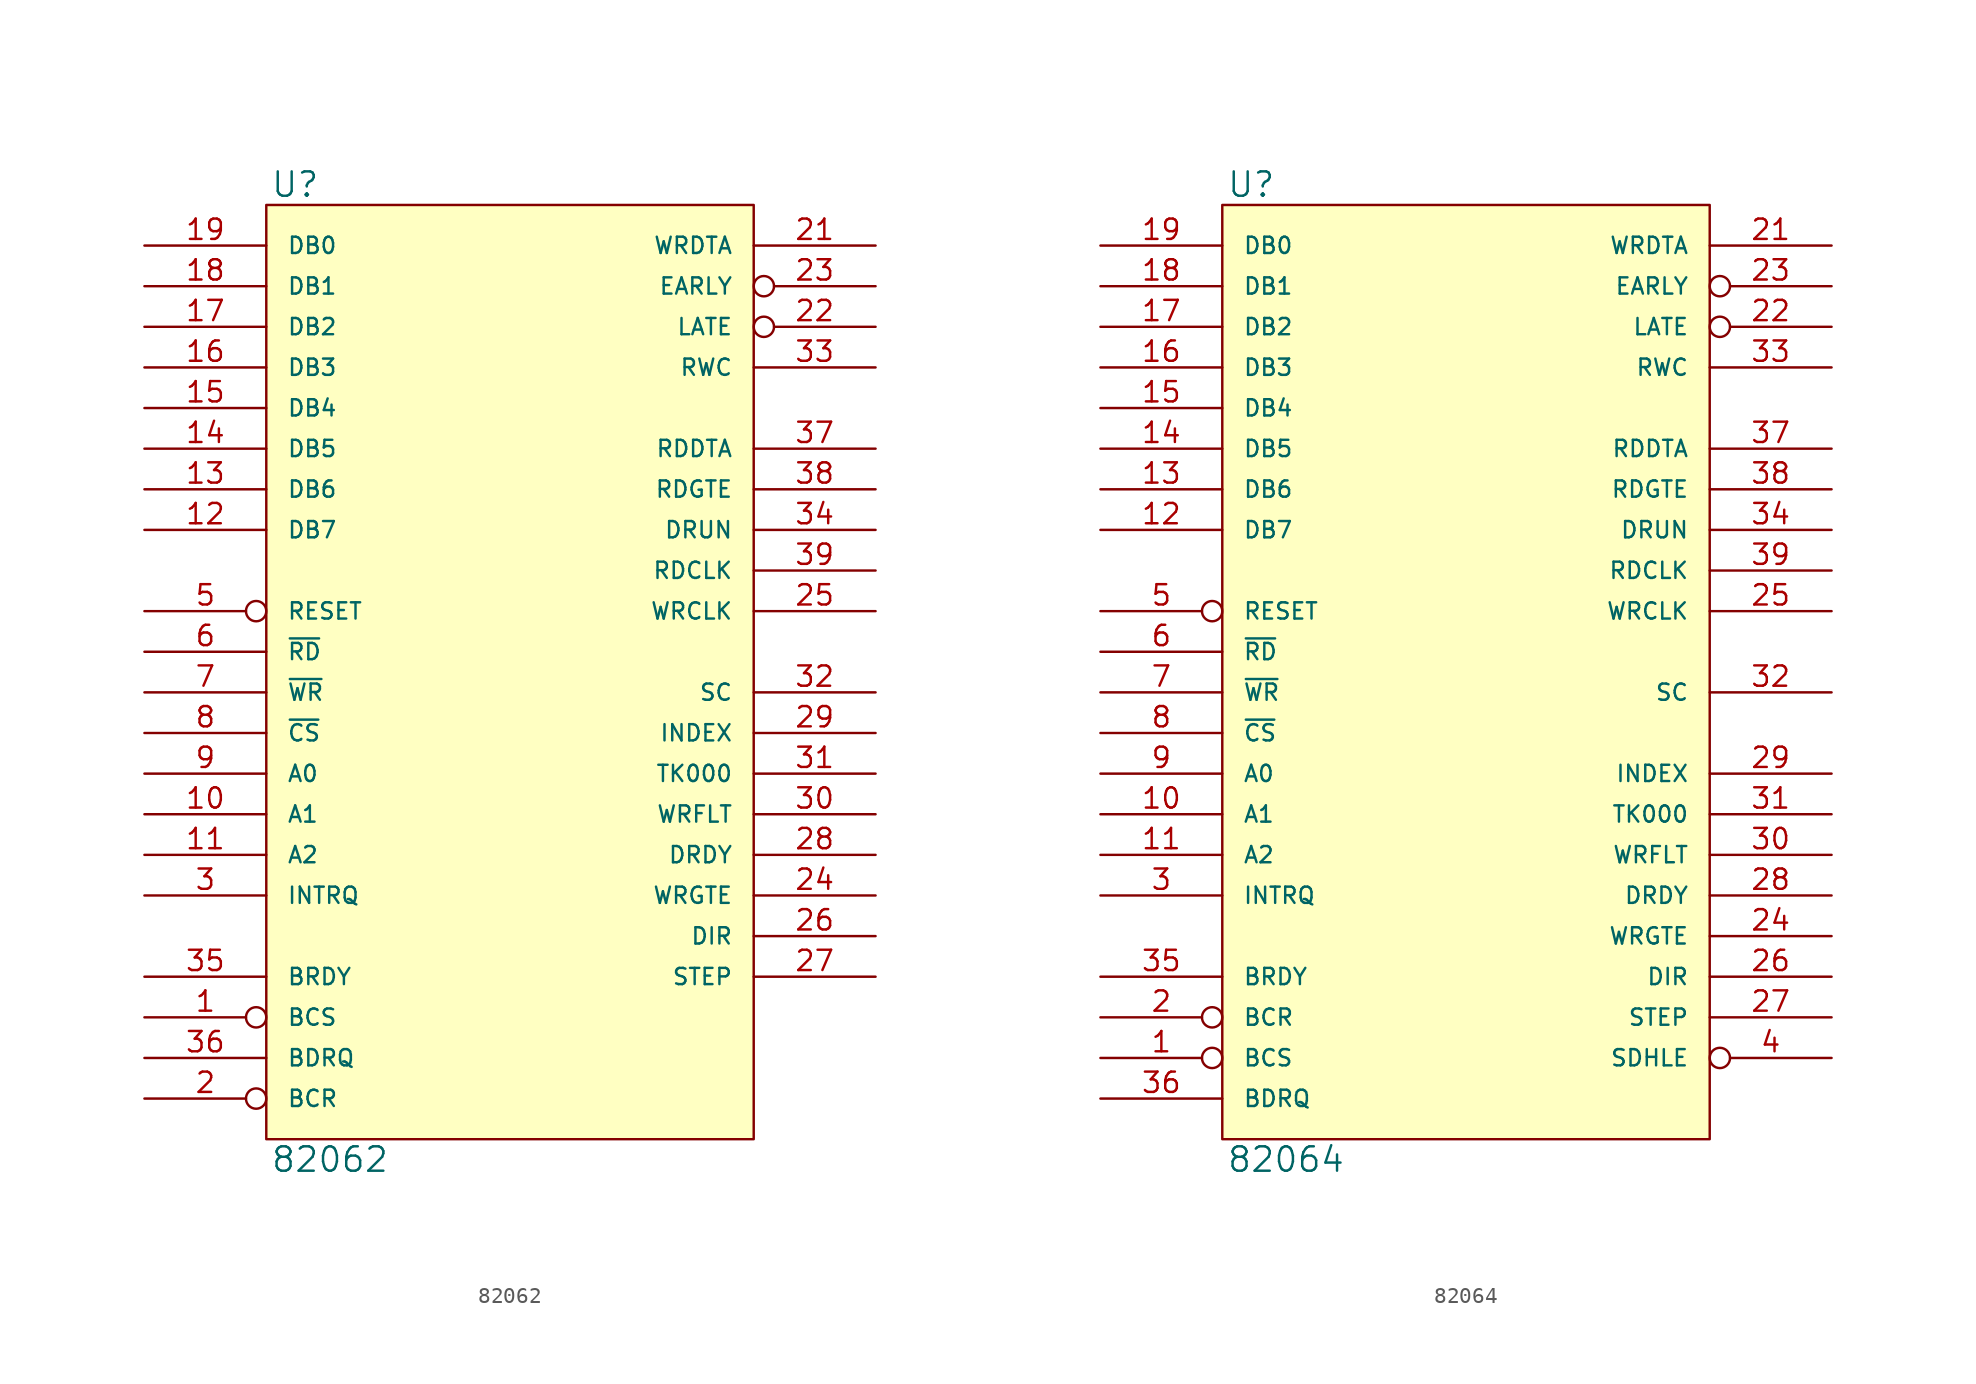
<source format=kicad_sym>
(kicad_symbol_lib
  (version 20231120)
  (generator "kicad_symbol_editor")
  (generator_version "8.0")
  (symbol "82062"
    (pin_names
      (offset 1.27))
    (property "Reference" "U"
      (at 0.254 0.381 0)
      (effects (font (size 1.524 1.524)) (justify left bottom)))
    (property "Value" "82062"
      (at 0.254 -58.801 0)
      (effects (font (size 1.524 1.524)) (justify left top)))
    (symbol "82062_0_1"
      (rectangle (start 0 0) (end 30.48 -58.42) (stroke (width 0) (type solid)) (fill (type background))))
    (symbol "82062_1_1"
      (pin output inverted (at -7.62 -50.8 0) (length 7.62) (name "BCS" (effects (font (size 1.016 1.016)))) (number "1" (effects (font (size 1.27 1.27)))))
      (pin input line (at -7.62 -38.1 0) (length 7.62) (name "A1" (effects (font (size 1.016 1.016)))) (number "10" (effects (font (size 1.27 1.27)))))
      (pin input line (at -7.62 -40.64 0) (length 7.62) (name "A2" (effects (font (size 1.016 1.016)))) (number "11" (effects (font (size 1.27 1.27)))))
      (pin bidirectional line (at -7.62 -20.32 0) (length 7.62) (name "DB7" (effects (font (size 1.016 1.016)))) (number "12" (effects (font (size 1.27 1.27)))))
      (pin bidirectional line (at -7.62 -17.78 0) (length 7.62) (name "DB6" (effects (font (size 1.016 1.016)))) (number "13" (effects (font (size 1.27 1.27)))))
      (pin bidirectional line (at -7.62 -15.24 0) (length 7.62) (name "DB5" (effects (font (size 1.016 1.016)))) (number "14" (effects (font (size 1.27 1.27)))))
      (pin bidirectional line (at -7.62 -12.7 0) (length 7.62) (name "DB4" (effects (font (size 1.016 1.016)))) (number "15" (effects (font (size 1.27 1.27)))))
      (pin bidirectional line (at -7.62 -10.16 0) (length 7.62) (name "DB3" (effects (font (size 1.016 1.016)))) (number "16" (effects (font (size 1.27 1.27)))))
      (pin bidirectional line (at -7.62 -7.62 0) (length 7.62) (name "DB2" (effects (font (size 1.016 1.016)))) (number "17" (effects (font (size 1.27 1.27)))))
      (pin bidirectional line (at -7.62 -5.08 0) (length 7.62) (name "DB1" (effects (font (size 1.016 1.016)))) (number "18" (effects (font (size 1.27 1.27)))))
      (pin bidirectional line (at -7.62 -2.54 0) (length 7.62) (name "DB0" (effects (font (size 1.016 1.016)))) (number "19" (effects (font (size 1.27 1.27)))))
      (pin input inverted (at -7.62 -55.88 0) (length 7.62) (name "BCR" (effects (font (size 1.016 1.016)))) (number "2" (effects (font (size 1.27 1.27)))))
      (pin power_in line (at 0 -58.42 90) (length 0) hide (name "GND" (effects (font (size 1.016 1.016)))) (number "20" (effects (font (size 1.27 1.27)))))
      (pin output line (at 38.1 -2.54 180) (length 7.62) (name "WRDTA" (effects (font (size 1.016 1.016)))) (number "21" (effects (font (size 1.27 1.27)))))
      (pin output inverted (at 38.1 -7.62 180) (length 7.62) (name "LATE" (effects (font (size 1.016 1.016)))) (number "22" (effects (font (size 1.27 1.27)))))
      (pin output inverted (at 38.1 -5.08 180) (length 7.62) (name "EARLY" (effects (font (size 1.016 1.016)))) (number "23" (effects (font (size 1.27 1.27)))))
      (pin output line (at 38.1 -43.18 180) (length 7.62) (name "WRGTE" (effects (font (size 1.016 1.016)))) (number "24" (effects (font (size 1.27 1.27)))))
      (pin input line (at 38.1 -25.4 180) (length 7.62) (name "WRCLK" (effects (font (size 1.016 1.016)))) (number "25" (effects (font (size 1.27 1.27)))))
      (pin output line (at 38.1 -45.72 180) (length 7.62) (name "DIR" (effects (font (size 1.016 1.016)))) (number "26" (effects (font (size 1.27 1.27)))))
      (pin output line (at 38.1 -48.26 180) (length 7.62) (name "STEP" (effects (font (size 1.016 1.016)))) (number "27" (effects (font (size 1.27 1.27)))))
      (pin input line (at 38.1 -40.64 180) (length 7.62) (name "DRDY" (effects (font (size 1.016 1.016)))) (number "28" (effects (font (size 1.27 1.27)))))
      (pin input line (at 38.1 -33.02 180) (length 7.62) (name "INDEX" (effects (font (size 1.016 1.016)))) (number "29" (effects (font (size 1.27 1.27)))))
      (pin output line (at -7.62 -43.18 0) (length 7.62) (name "INTRQ" (effects (font (size 1.016 1.016)))) (number "3" (effects (font (size 1.27 1.27)))))
      (pin input line (at 38.1 -38.1 180) (length 7.62) (name "WRFLT" (effects (font (size 1.016 1.016)))) (number "30" (effects (font (size 1.27 1.27)))))
      (pin input line (at 38.1 -35.56 180) (length 7.62) (name "TK000" (effects (font (size 1.016 1.016)))) (number "31" (effects (font (size 1.27 1.27)))))
      (pin input line (at 38.1 -30.48 180) (length 7.62) (name "SC" (effects (font (size 1.016 1.016)))) (number "32" (effects (font (size 1.27 1.27)))))
      (pin output line (at 38.1 -10.16 180) (length 7.62) (name "RWC" (effects (font (size 1.016 1.016)))) (number "33" (effects (font (size 1.27 1.27)))))
      (pin input line (at 38.1 -20.32 180) (length 7.62) (name "DRUN" (effects (font (size 1.016 1.016)))) (number "34" (effects (font (size 1.27 1.27)))))
      (pin input line (at -7.62 -48.26 0) (length 7.62) (name "BRDY" (effects (font (size 1.016 1.016)))) (number "35" (effects (font (size 1.27 1.27)))))
      (pin output line (at -7.62 -53.34 0) (length 7.62) (name "BDRQ" (effects (font (size 1.016 1.016)))) (number "36" (effects (font (size 1.27 1.27)))))
      (pin input line (at 38.1 -15.24 180) (length 7.62) (name "RDDTA" (effects (font (size 1.016 1.016)))) (number "37" (effects (font (size 1.27 1.27)))))
      (pin output line (at 38.1 -17.78 180) (length 7.62) (name "RDGTE" (effects (font (size 1.016 1.016)))) (number "38" (effects (font (size 1.27 1.27)))))
      (pin input line (at 38.1 -22.86 180) (length 7.62) (name "RDCLK" (effects (font (size 1.016 1.016)))) (number "39" (effects (font (size 1.27 1.27)))))
      (pin power_in line (at 0 0 270) (length 0) hide (name "VCC" (effects (font (size 1.016 1.016)))) (number "40" (effects (font (size 1.27 1.27)))))
      (pin input inverted (at -7.62 -25.4 0) (length 7.62) (name "RESET" (effects (font (size 1.016 1.016)))) (number "5" (effects (font (size 1.27 1.27)))))
      (pin input line (at -7.62 -27.94 0) (length 7.62) (name "~{RD}" (effects (font (size 1.016 1.016)))) (number "6" (effects (font (size 1.27 1.27)))))
      (pin input line (at -7.62 -30.48 0) (length 7.62) (name "~{WR}" (effects (font (size 1.016 1.016)))) (number "7" (effects (font (size 1.27 1.27)))))
      (pin input line (at -7.62 -33.02 0) (length 7.62) (name "~{CS}" (effects (font (size 1.016 1.016)))) (number "8" (effects (font (size 1.27 1.27)))))
      (pin input line (at -7.62 -35.56 0) (length 7.62) (name "A0" (effects (font (size 1.016 1.016)))) (number "9" (effects (font (size 1.27 1.27)))))))
  (symbol "82064"
    (pin_names
      (offset 1.27))
    (property "Reference" "U"
      (at 0.254 0.381 0)
      (effects (font (size 1.524 1.524)) (justify left bottom)))
    (property "Value" "82064"
      (at 0.254 -58.801 0)
      (effects (font (size 1.524 1.524)) (justify left top)))
    (symbol "82064_0_1"
      (rectangle (start 0 0) (end 30.48 -58.42) (stroke (width 0) (type solid)) (fill (type background))))
    (symbol "82064_1_1"
      (pin output inverted (at -7.62 -53.34 0) (length 7.62) (name "BCS" (effects (font (size 1.016 1.016)))) (number "1" (effects (font (size 1.27 1.27)))))
      (pin input line (at -7.62 -38.1 0) (length 7.62) (name "A1" (effects (font (size 1.016 1.016)))) (number "10" (effects (font (size 1.27 1.27)))))
      (pin input line (at -7.62 -40.64 0) (length 7.62) (name "A2" (effects (font (size 1.016 1.016)))) (number "11" (effects (font (size 1.27 1.27)))))
      (pin bidirectional line (at -7.62 -20.32 0) (length 7.62) (name "DB7" (effects (font (size 1.016 1.016)))) (number "12" (effects (font (size 1.27 1.27)))))
      (pin bidirectional line (at -7.62 -17.78 0) (length 7.62) (name "DB6" (effects (font (size 1.016 1.016)))) (number "13" (effects (font (size 1.27 1.27)))))
      (pin bidirectional line (at -7.62 -15.24 0) (length 7.62) (name "DB5" (effects (font (size 1.016 1.016)))) (number "14" (effects (font (size 1.27 1.27)))))
      (pin bidirectional line (at -7.62 -12.7 0) (length 7.62) (name "DB4" (effects (font (size 1.016 1.016)))) (number "15" (effects (font (size 1.27 1.27)))))
      (pin bidirectional line (at -7.62 -10.16 0) (length 7.62) (name "DB3" (effects (font (size 1.016 1.016)))) (number "16" (effects (font (size 1.27 1.27)))))
      (pin bidirectional line (at -7.62 -7.62 0) (length 7.62) (name "DB2" (effects (font (size 1.016 1.016)))) (number "17" (effects (font (size 1.27 1.27)))))
      (pin bidirectional line (at -7.62 -5.08 0) (length 7.62) (name "DB1" (effects (font (size 1.016 1.016)))) (number "18" (effects (font (size 1.27 1.27)))))
      (pin bidirectional line (at -7.62 -2.54 0) (length 7.62) (name "DB0" (effects (font (size 1.016 1.016)))) (number "19" (effects (font (size 1.27 1.27)))))
      (pin input inverted (at -7.62 -50.8 0) (length 7.62) (name "BCR" (effects (font (size 1.016 1.016)))) (number "2" (effects (font (size 1.27 1.27)))))
      (pin power_in line (at 0 -58.42 90) (length 0) hide (name "GND" (effects (font (size 1.016 1.016)))) (number "20" (effects (font (size 1.27 1.27)))))
      (pin output line (at 38.1 -2.54 180) (length 7.62) (name "WRDTA" (effects (font (size 1.016 1.016)))) (number "21" (effects (font (size 1.27 1.27)))))
      (pin output inverted (at 38.1 -7.62 180) (length 7.62) (name "LATE" (effects (font (size 1.016 1.016)))) (number "22" (effects (font (size 1.27 1.27)))))
      (pin output inverted (at 38.1 -5.08 180) (length 7.62) (name "EARLY" (effects (font (size 1.016 1.016)))) (number "23" (effects (font (size 1.27 1.27)))))
      (pin output line (at 38.1 -45.72 180) (length 7.62) (name "WRGTE" (effects (font (size 1.016 1.016)))) (number "24" (effects (font (size 1.27 1.27)))))
      (pin input line (at 38.1 -25.4 180) (length 7.62) (name "WRCLK" (effects (font (size 1.016 1.016)))) (number "25" (effects (font (size 1.27 1.27)))))
      (pin output line (at 38.1 -48.26 180) (length 7.62) (name "DIR" (effects (font (size 1.016 1.016)))) (number "26" (effects (font (size 1.27 1.27)))))
      (pin output line (at 38.1 -50.8 180) (length 7.62) (name "STEP" (effects (font (size 1.016 1.016)))) (number "27" (effects (font (size 1.27 1.27)))))
      (pin input line (at 38.1 -43.18 180) (length 7.62) (name "DRDY" (effects (font (size 1.016 1.016)))) (number "28" (effects (font (size 1.27 1.27)))))
      (pin input line (at 38.1 -35.56 180) (length 7.62) (name "INDEX" (effects (font (size 1.016 1.016)))) (number "29" (effects (font (size 1.27 1.27)))))
      (pin output line (at -7.62 -43.18 0) (length 7.62) (name "INTRQ" (effects (font (size 1.016 1.016)))) (number "3" (effects (font (size 1.27 1.27)))))
      (pin input line (at 38.1 -40.64 180) (length 7.62) (name "WRFLT" (effects (font (size 1.016 1.016)))) (number "30" (effects (font (size 1.27 1.27)))))
      (pin input line (at 38.1 -38.1 180) (length 7.62) (name "TK000" (effects (font (size 1.016 1.016)))) (number "31" (effects (font (size 1.27 1.27)))))
      (pin input line (at 38.1 -30.48 180) (length 7.62) (name "SC" (effects (font (size 1.016 1.016)))) (number "32" (effects (font (size 1.27 1.27)))))
      (pin output line (at 38.1 -10.16 180) (length 7.62) (name "RWC" (effects (font (size 1.016 1.016)))) (number "33" (effects (font (size 1.27 1.27)))))
      (pin input line (at 38.1 -20.32 180) (length 7.62) (name "DRUN" (effects (font (size 1.016 1.016)))) (number "34" (effects (font (size 1.27 1.27)))))
      (pin input line (at -7.62 -48.26 0) (length 7.62) (name "BRDY" (effects (font (size 1.016 1.016)))) (number "35" (effects (font (size 1.27 1.27)))))
      (pin output line (at -7.62 -55.88 0) (length 7.62) (name "BDRQ" (effects (font (size 1.016 1.016)))) (number "36" (effects (font (size 1.27 1.27)))))
      (pin input line (at 38.1 -15.24 180) (length 7.62) (name "RDDTA" (effects (font (size 1.016 1.016)))) (number "37" (effects (font (size 1.27 1.27)))))
      (pin output line (at 38.1 -17.78 180) (length 7.62) (name "RDGTE" (effects (font (size 1.016 1.016)))) (number "38" (effects (font (size 1.27 1.27)))))
      (pin input line (at 38.1 -22.86 180) (length 7.62) (name "RDCLK" (effects (font (size 1.016 1.016)))) (number "39" (effects (font (size 1.27 1.27)))))
      (pin output inverted (at 38.1 -53.34 180) (length 7.62) (name "SDHLE" (effects (font (size 1.016 1.016)))) (number "4" (effects (font (size 1.27 1.27)))))
      (pin power_in line (at 0 0 270) (length 0) hide (name "VCC" (effects (font (size 1.016 1.016)))) (number "40" (effects (font (size 1.27 1.27)))))
      (pin input inverted (at -7.62 -25.4 0) (length 7.62) (name "RESET" (effects (font (size 1.016 1.016)))) (number "5" (effects (font (size 1.27 1.27)))))
      (pin input line (at -7.62 -27.94 0) (length 7.62) (name "~{RD}" (effects (font (size 1.016 1.016)))) (number "6" (effects (font (size 1.27 1.27)))))
      (pin input line (at -7.62 -30.48 0) (length 7.62) (name "~{WR}" (effects (font (size 1.016 1.016)))) (number "7" (effects (font (size 1.27 1.27)))))
      (pin input line (at -7.62 -33.02 0) (length 7.62) (name "~{CS}" (effects (font (size 1.016 1.016)))) (number "8" (effects (font (size 1.27 1.27)))))
      (pin input line (at -7.62 -35.56 0) (length 7.62) (name "A0" (effects (font (size 1.016 1.016)))) (number "9" (effects (font (size 1.27 1.27))))))))
</source>
